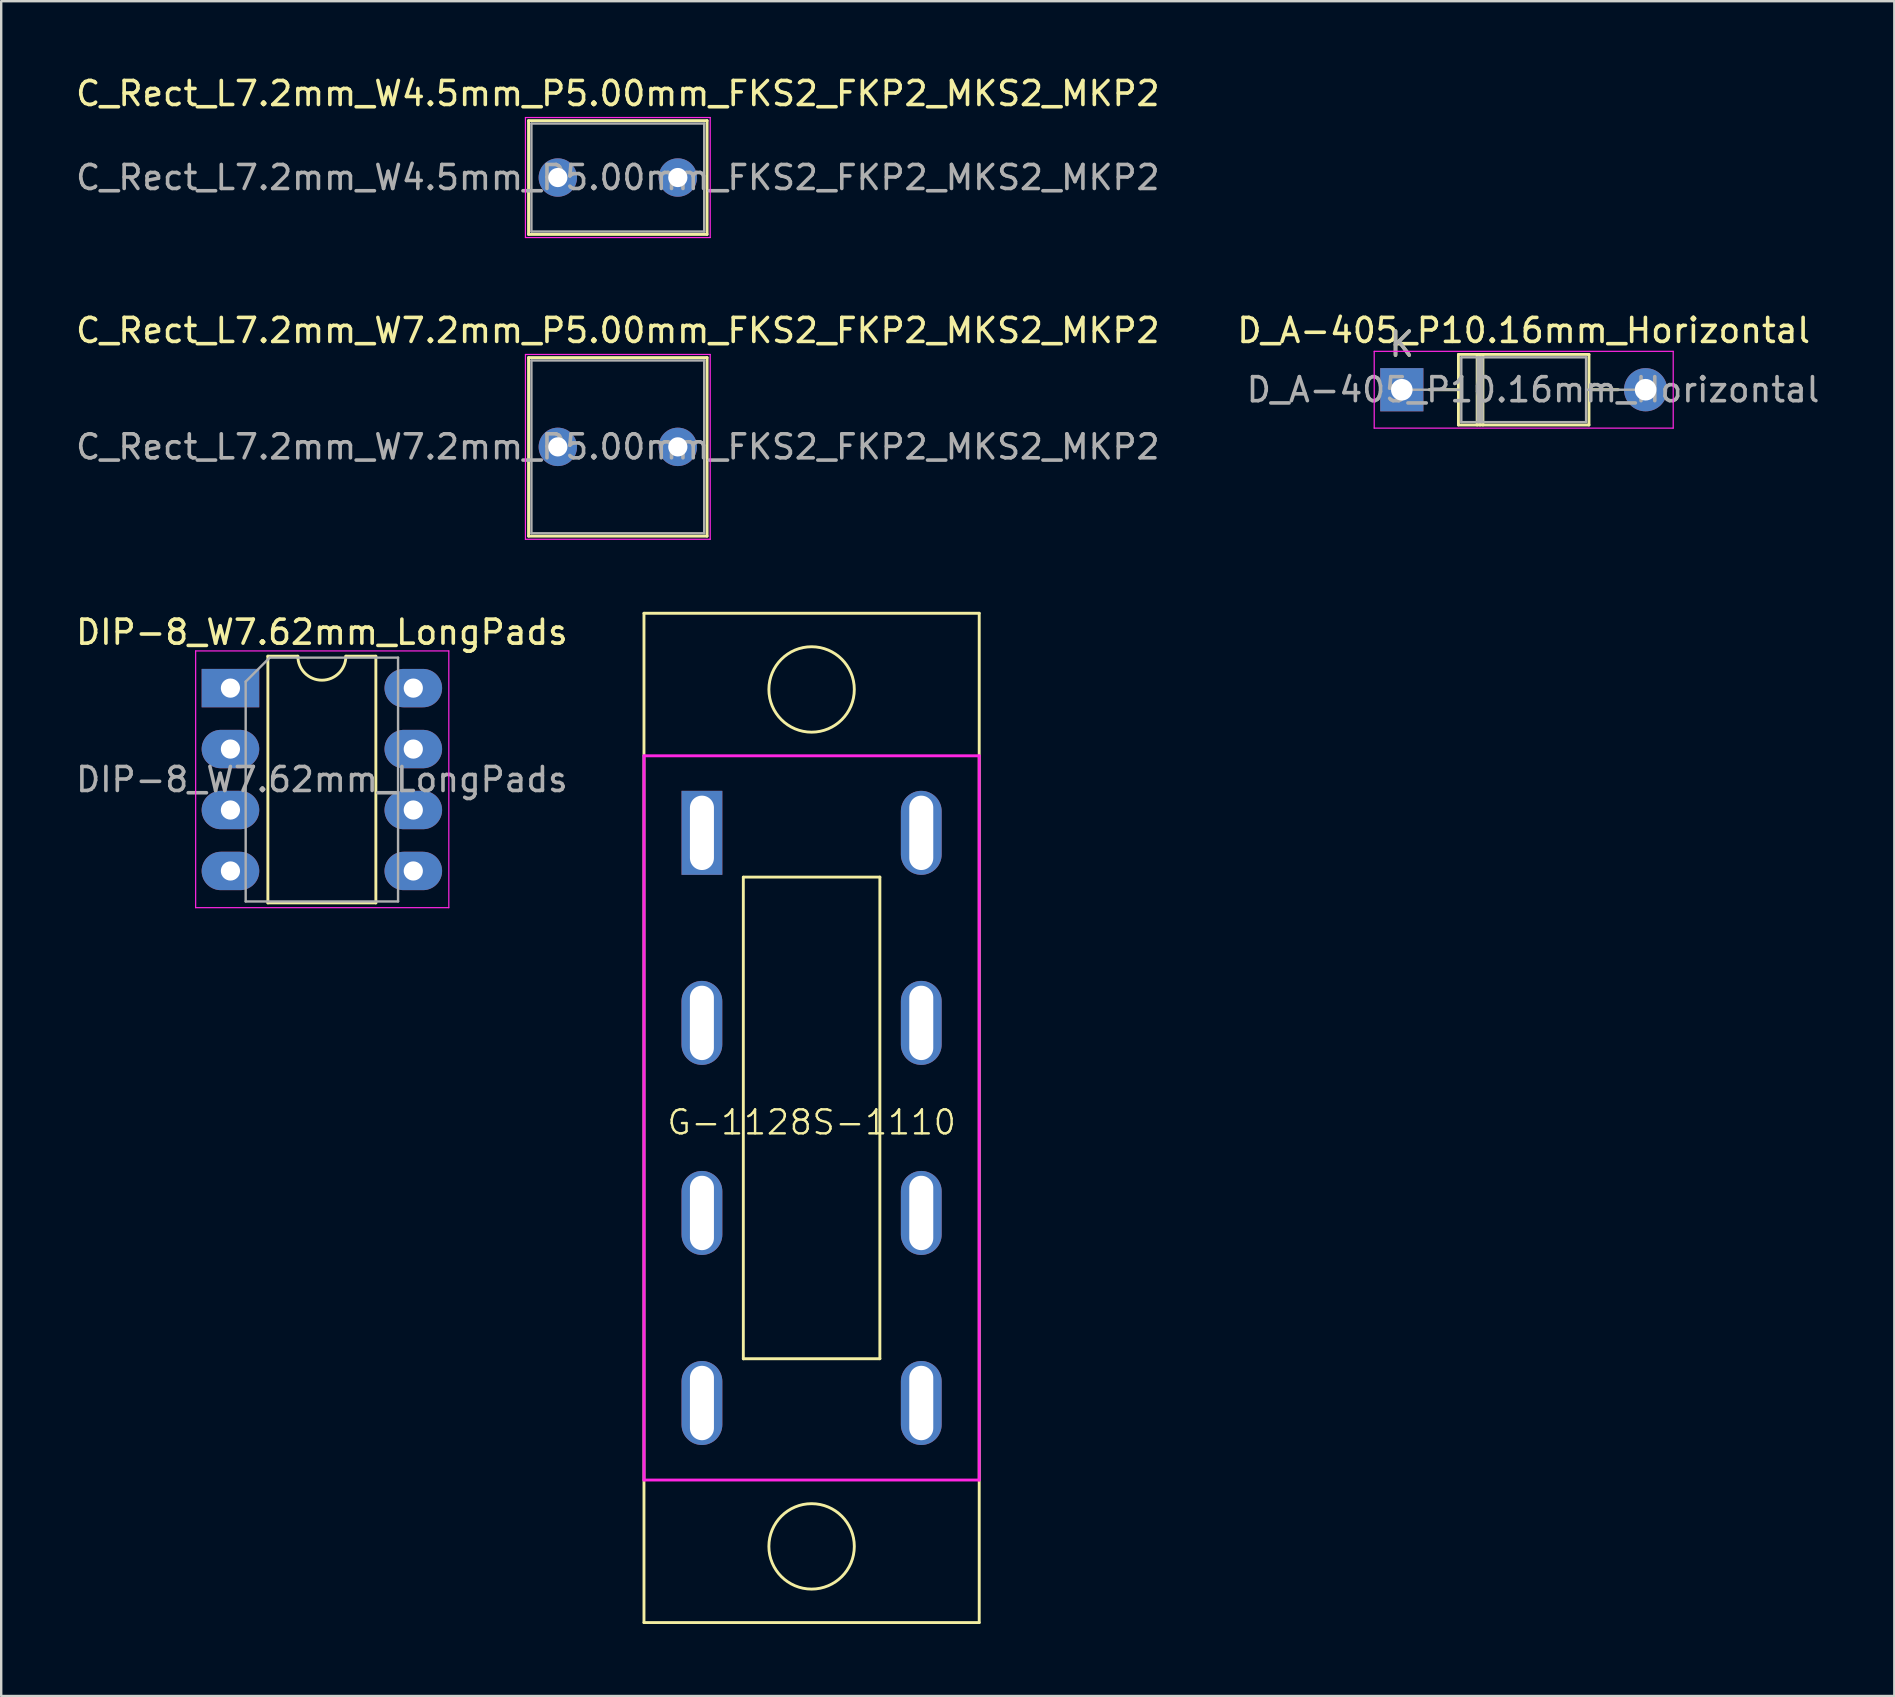
<source format=kicad_pcb>
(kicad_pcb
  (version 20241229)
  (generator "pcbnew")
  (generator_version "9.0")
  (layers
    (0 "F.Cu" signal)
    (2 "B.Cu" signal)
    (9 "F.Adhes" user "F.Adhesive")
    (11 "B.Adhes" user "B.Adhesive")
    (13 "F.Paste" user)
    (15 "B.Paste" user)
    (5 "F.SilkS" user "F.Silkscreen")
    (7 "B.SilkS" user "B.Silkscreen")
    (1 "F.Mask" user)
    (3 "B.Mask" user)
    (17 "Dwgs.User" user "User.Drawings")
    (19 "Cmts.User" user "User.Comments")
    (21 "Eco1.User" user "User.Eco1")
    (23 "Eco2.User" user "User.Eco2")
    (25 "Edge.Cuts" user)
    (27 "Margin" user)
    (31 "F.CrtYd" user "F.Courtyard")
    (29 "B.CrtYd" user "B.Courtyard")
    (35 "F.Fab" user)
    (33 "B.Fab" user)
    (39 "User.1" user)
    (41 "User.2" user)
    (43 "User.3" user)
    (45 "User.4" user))
  (footprint "C_Rect_L7.2mm_W4.5mm_P5.00mm_FKS2_FKP2_MKS2_MKP2"
    (layer "F.Cu")
    (at 20.196 4.348)
    (property "Reference" "C_Rect_L7.2mm_W4.5mm_P5.00mm_FKS2_FKP2_MKS2_MKP2" (at 2.5 -3.5 180) (layer "F.SilkS") (effects (font (size 1 1) (thickness 0.15))))
    (attr through_hole)
    (fp_line (start -1.22 -2.37) (end -1.22 2.37) (stroke (width 0.12) (type solid)) (layer "F.SilkS"))
    (fp_line (start -1.22 -2.37) (end 6.22 -2.37) (stroke (width 0.12) (type solid)) (layer "F.SilkS"))
    (fp_line (start -1.22 2.37) (end 6.22 2.37) (stroke (width 0.12) (type solid)) (layer "F.SilkS"))
    (fp_line (start 6.22 -2.37) (end 6.22 2.37) (stroke (width 0.12) (type solid)) (layer "F.SilkS"))
    (fp_line (start -1.35 -2.5) (end -1.35 2.5) (stroke (width 0.05) (type solid)) (layer "F.CrtYd"))
    (fp_line (start -1.35 2.5) (end 6.35 2.5) (stroke (width 0.05) (type solid)) (layer "F.CrtYd"))
    (fp_line (start 6.35 -2.5) (end -1.35 -2.5) (stroke (width 0.05) (type solid)) (layer "F.CrtYd"))
    (fp_line (start 6.35 2.5) (end 6.35 -2.5) (stroke (width 0.05) (type solid)) (layer "F.CrtYd"))
    (fp_line (start -1.1 -2.25) (end -1.1 2.25) (stroke (width 0.1) (type solid)) (layer "F.Fab"))
    (fp_line (start -1.1 2.25) (end 6.1 2.25) (stroke (width 0.1) (type solid)) (layer "F.Fab"))
    (fp_line (start 6.1 -2.25) (end -1.1 -2.25) (stroke (width 0.1) (type solid)) (layer "F.Fab"))
    (fp_line (start 6.1 2.25) (end 6.1 -2.25) (stroke (width 0.1) (type solid)) (layer "F.Fab"))
    (fp_text user "${REFERENCE}" (at 2.5 0 180) (layer "F.Fab") (effects (font (size 1 1) (thickness 0.15))))
    (pad "1" thru_hole circle (at 0 0) (size 1.6 1.6) (drill 0.8) (layers "*.Cu" "*.Mask"))
    (pad "2" thru_hole circle (at 5 0) (size 1.6 1.6) (drill 0.8) (layers "*.Cu" "*.Mask")))
  (footprint "DIP-8_W7.62mm_LongPads"
    (layer "F.Cu")
    (at 6.553 25.625)
    (property "Reference" "DIP-8_W7.62mm_LongPads" (at 3.81 -2.33 0) (layer "F.SilkS") (effects (font (size 1 1) (thickness 0.15))))
    (attr through_hole)
    (fp_line (start 1.56 -1.33) (end 1.56 8.95) (stroke (width 0.12) (type solid)) (layer "F.SilkS"))
    (fp_line (start 1.56 8.95) (end 6.06 8.95) (stroke (width 0.12) (type solid)) (layer "F.SilkS"))
    (fp_line (start 2.81 -1.33) (end 1.56 -1.33) (stroke (width 0.12) (type solid)) (layer "F.SilkS"))
    (fp_line (start 6.06 -1.33) (end 4.81 -1.33) (stroke (width 0.12) (type solid)) (layer "F.SilkS"))
    (fp_line (start 6.06 8.95) (end 6.06 -1.33) (stroke (width 0.12) (type solid)) (layer "F.SilkS"))
    (fp_arc (start 4.81 -1.33) (mid 3.81 -0.33) (end 2.81 -1.33) (stroke (width 0.12) (type solid)) (layer "F.SilkS"))
    (fp_line (start -1.45 -1.55) (end -1.45 9.15) (stroke (width 0.05) (type solid)) (layer "F.CrtYd"))
    (fp_line (start -1.45 9.15) (end 9.1 9.15) (stroke (width 0.05) (type solid)) (layer "F.CrtYd"))
    (fp_line (start 9.1 -1.55) (end -1.45 -1.55) (stroke (width 0.05) (type solid)) (layer "F.CrtYd"))
    (fp_line (start 9.1 9.15) (end 9.1 -1.55) (stroke (width 0.05) (type solid)) (layer "F.CrtYd"))
    (fp_line (start 0.635 -0.27) (end 1.635 -1.27) (stroke (width 0.1) (type solid)) (layer "F.Fab"))
    (fp_line (start 0.635 8.89) (end 0.635 -0.27) (stroke (width 0.1) (type solid)) (layer "F.Fab"))
    (fp_line (start 1.635 -1.27) (end 6.985 -1.27) (stroke (width 0.1) (type solid)) (layer "F.Fab"))
    (fp_line (start 6.985 -1.27) (end 6.985 8.89) (stroke (width 0.1) (type solid)) (layer "F.Fab"))
    (fp_line (start 6.985 8.89) (end 0.635 8.89) (stroke (width 0.1) (type solid)) (layer "F.Fab"))
    (fp_text user "${REFERENCE}" (at 3.81 3.81 0) (layer "F.Fab") (effects (font (size 1 1) (thickness 0.15))))
    (pad "1" thru_hole rect (at 0 0) (size 2.4 1.6) (drill 0.8) (layers "*.Cu" "*.Mask"))
    (pad "2" thru_hole oval (at 0 2.54) (size 2.4 1.6) (drill 0.8) (layers "*.Cu" "*.Mask"))
    (pad "3" thru_hole oval (at 0 5.08) (size 2.4 1.6) (drill 0.8) (layers "*.Cu" "*.Mask"))
    (pad "4" thru_hole oval (at 0 7.62) (size 2.4 1.6) (drill 0.8) (layers "*.Cu" "*.Mask"))
    (pad "5" thru_hole oval (at 7.62 7.62) (size 2.4 1.6) (drill 0.8) (layers "*.Cu" "*.Mask"))
    (pad "6" thru_hole oval (at 7.62 5.08) (size 2.4 1.6) (drill 0.8) (layers "*.Cu" "*.Mask"))
    (pad "7" thru_hole oval (at 7.62 2.54) (size 2.4 1.6) (drill 0.8) (layers "*.Cu" "*.Mask"))
    (pad "8" thru_hole oval (at 7.62 0) (size 2.4 1.6) (drill 0.8) (layers "*.Cu" "*.Mask")))
  (footprint "D_A-405_P10.16mm_Horizontal"
    (layer "F.Cu")
    (at 55.366 13.191)
    (property "Reference" "D_A-405_P10.16mm_Horizontal" (at 5.08 -2.47 180) (layer "F.SilkS") (effects (font (size 1 1) (thickness 0.15))))
    (attr through_hole)
    (fp_line (start 1.14 0) (end 2.36 0) (stroke (width 0.12) (type solid)) (layer "F.SilkS"))
    (fp_line (start 2.36 -1.47) (end 2.36 1.47) (stroke (width 0.12) (type solid)) (layer "F.SilkS"))
    (fp_line (start 2.36 1.47) (end 7.8 1.47) (stroke (width 0.12) (type solid)) (layer "F.SilkS"))
    (fp_line (start 3.14 -1.47) (end 3.14 1.47) (stroke (width 0.12) (type solid)) (layer "F.SilkS"))
    (fp_line (start 3.26 -1.47) (end 3.26 1.47) (stroke (width 0.12) (type solid)) (layer "F.SilkS"))
    (fp_line (start 3.38 -1.47) (end 3.38 1.47) (stroke (width 0.12) (type solid)) (layer "F.SilkS"))
    (fp_line (start 7.8 -1.47) (end 2.36 -1.47) (stroke (width 0.12) (type solid)) (layer "F.SilkS"))
    (fp_line (start 7.8 1.47) (end 7.8 -1.47) (stroke (width 0.12) (type solid)) (layer "F.SilkS"))
    (fp_line (start 9.02 0) (end 7.8 0) (stroke (width 0.12) (type solid)) (layer "F.SilkS"))
    (fp_line (start -1.15 -1.6) (end -1.15 1.6) (stroke (width 0.05) (type solid)) (layer "F.CrtYd"))
    (fp_line (start -1.15 1.6) (end 11.31 1.6) (stroke (width 0.05) (type solid)) (layer "F.CrtYd"))
    (fp_line (start 11.31 -1.6) (end -1.15 -1.6) (stroke (width 0.05) (type solid)) (layer "F.CrtYd"))
    (fp_line (start 11.31 1.6) (end 11.31 -1.6) (stroke (width 0.05) (type solid)) (layer "F.CrtYd"))
    (fp_line (start 0 0) (end 2.48 0) (stroke (width 0.1) (type solid)) (layer "F.Fab"))
    (fp_line (start 2.48 -1.35) (end 2.48 1.35) (stroke (width 0.1) (type solid)) (layer "F.Fab"))
    (fp_line (start 2.48 1.35) (end 7.68 1.35) (stroke (width 0.1) (type solid)) (layer "F.Fab"))
    (fp_line (start 3.16 -1.35) (end 3.16 1.35) (stroke (width 0.1) (type solid)) (layer "F.Fab"))
    (fp_line (start 3.26 -1.35) (end 3.26 1.35) (stroke (width 0.1) (type solid)) (layer "F.Fab"))
    (fp_line (start 3.36 -1.35) (end 3.36 1.35) (stroke (width 0.1) (type solid)) (layer "F.Fab"))
    (fp_line (start 7.68 -1.35) (end 2.48 -1.35) (stroke (width 0.1) (type solid)) (layer "F.Fab"))
    (fp_line (start 7.68 1.35) (end 7.68 -1.35) (stroke (width 0.1) (type solid)) (layer "F.Fab"))
    (fp_line (start 10.16 0) (end 7.68 0) (stroke (width 0.1) (type solid)) (layer "F.Fab"))
    (fp_text user "K" (at 0 -1.9 180) (layer "F.SilkS") (effects (font (size 1 1) (thickness 0.15))))
    (fp_text user "${REFERENCE}" (at 5.47 0 180) (layer "F.Fab") (effects (font (size 1 1) (thickness 0.15))))
    (fp_text user "K" (at 0 -1.9 180) (layer "F.Fab") (effects (font (size 1 1) (thickness 0.15))))
    (pad "1" thru_hole rect (at 0 0) (size 1.8 1.8) (drill 0.9) (layers "*.Cu" "*.Mask"))
    (pad "2" thru_hole oval (at 10.16 0) (size 1.8 1.8) (drill 0.9) (layers "*.Cu" "*.Mask")))
  (footprint "C_Rect_L7.2mm_W7.2mm_P5.00mm_FKS2_FKP2_MKS2_MKP2"
    (layer "F.Cu")
    (at 20.196 15.572)
    (property "Reference" "C_Rect_L7.2mm_W7.2mm_P5.00mm_FKS2_FKP2_MKS2_MKP2" (at 2.5 -4.85 0) (layer "F.SilkS") (effects (font (size 1 1) (thickness 0.15))))
    (attr through_hole)
    (fp_line (start -1.22 -3.72) (end -1.22 3.72) (stroke (width 0.12) (type solid)) (layer "F.SilkS"))
    (fp_line (start -1.22 -3.72) (end 6.22 -3.72) (stroke (width 0.12) (type solid)) (layer "F.SilkS"))
    (fp_line (start -1.22 3.72) (end 6.22 3.72) (stroke (width 0.12) (type solid)) (layer "F.SilkS"))
    (fp_line (start 6.22 -3.72) (end 6.22 3.72) (stroke (width 0.12) (type solid)) (layer "F.SilkS"))
    (fp_line (start -1.35 -3.85) (end -1.35 3.85) (stroke (width 0.05) (type solid)) (layer "F.CrtYd"))
    (fp_line (start -1.35 3.85) (end 6.35 3.85) (stroke (width 0.05) (type solid)) (layer "F.CrtYd"))
    (fp_line (start 6.35 -3.85) (end -1.35 -3.85) (stroke (width 0.05) (type solid)) (layer "F.CrtYd"))
    (fp_line (start 6.35 3.85) (end 6.35 -3.85) (stroke (width 0.05) (type solid)) (layer "F.CrtYd"))
    (fp_line (start -1.1 -3.6) (end -1.1 3.6) (stroke (width 0.1) (type solid)) (layer "F.Fab"))
    (fp_line (start -1.1 3.6) (end 6.1 3.6) (stroke (width 0.1) (type solid)) (layer "F.Fab"))
    (fp_line (start 6.1 -3.6) (end -1.1 -3.6) (stroke (width 0.1) (type solid)) (layer "F.Fab"))
    (fp_line (start 6.1 3.6) (end 6.1 -3.6) (stroke (width 0.1) (type solid)) (layer "F.Fab"))
    (fp_text user "${REFERENCE}" (at 2.5 0 0) (layer "F.Fab") (effects (font (size 1 1) (thickness 0.15))))
    (pad "1" thru_hole circle (at 0 0) (size 1.6 1.6) (drill 0.8) (layers "*.Cu" "*.Mask"))
    (pad "2" thru_hole circle (at 5 0) (size 1.6 1.6) (drill 0.8) (layers "*.Cu" "*.Mask")))
  (footprint "G-1128S-1110"
    (layer "F.Cu")
    (at 30.771 43.536)
    (property "Reference" "G-1128S-1110" (at 0.002 0.185 180) (layer "F.SilkS") (effects (font (size 1 1) (thickness 0.1))))
    (attr through_hole)
    (fp_line (start -6.985 -21.03) (end 6.985 -21.03) (stroke (width 0.12) (type solid)) (layer "F.SilkS"))
    (fp_line (start -6.985 21.03) (end -6.985 -21.03) (stroke (width 0.12) (type solid)) (layer "F.SilkS"))
    (fp_line (start -6.985 21.03) (end 6.985 21.03) (stroke (width 0.12) (type solid)) (layer "F.SilkS"))
    (fp_line (start -2.845 -10.035) (end 2.845 -10.035) (stroke (width 0.12) (type solid)) (layer "F.SilkS"))
    (fp_line (start -2.845 10.035) (end 2.845 10.035) (stroke (width 0.12) (type solid)) (layer "F.SilkS"))
    (fp_line (start -2.845 10.039) (end -2.845 -10.031) (stroke (width 0.12) (type solid)) (layer "F.SilkS"))
    (fp_line (start 2.845 10.035) (end 2.845 -10.035) (stroke (width 0.12) (type solid)) (layer "F.SilkS"))
    (fp_line (start 6.985 -21.03) (end 6.985 21.03) (stroke (width 0.12) (type solid)) (layer "F.SilkS"))
    (fp_circle (center 0 -17.855) (end 1.78 -17.855) (stroke (width 0.12) (type solid)) (fill no) (layer "F.SilkS"))
    (fp_circle (center 0 17.855) (end 1.78 17.855) (stroke (width 0.12) (type solid)) (fill no) (layer "F.SilkS"))
    (fp_line (start -6.985 -15.09) (end 6.985 -15.09) (stroke (width 0.12) (type solid)) (layer "F.CrtYd"))
    (fp_line (start -6.985 15.09) (end -6.985 -15.09) (stroke (width 0.12) (type solid)) (layer "F.CrtYd"))
    (fp_line (start -6.985 15.09) (end 6.985 15.09) (stroke (width 0.12) (type solid)) (layer "F.CrtYd"))
    (fp_line (start 6.985 -15.09) (end 6.985 15.09) (stroke (width 0.12) (type solid)) (layer "F.CrtYd"))
    (pad "1" thru_hole rect (at -4.57 -11.88) (size 1.7 3.5) (drill oval 1 3.1) (layers "*.Cu" "*.Mask"))
    (pad "2" thru_hole oval (at -4.572 -3.96) (size 1.7 3.5) (drill oval 1 3.1) (layers "*.Cu" "*.Mask"))
    (pad "3" thru_hole oval (at -4.57 3.96) (size 1.7 3.5) (drill oval 1 3.1) (layers "*.Cu" "*.Mask"))
    (pad "4" thru_hole oval (at -4.57 11.88) (size 1.7 3.5) (drill oval 1 3.1) (layers "*.Cu" "*.Mask"))
    (pad "5" thru_hole oval (at 4.57 -11.88) (size 1.7 3.5) (drill oval 1 3.1) (layers "*.Cu" "*.Mask"))
    (pad "6" thru_hole oval (at 4.57 -3.96) (size 1.7 3.5) (drill oval 1 3.1) (layers "*.Cu" "*.Mask"))
    (pad "7" thru_hole oval (at 4.57 3.96) (size 1.7 3.5) (drill oval 1 3.1) (layers "*.Cu" "*.Mask"))
    (pad "8" thru_hole oval (at 4.57 11.88) (size 1.7 3.5) (drill oval 1 3.1) (layers "*.Cu" "*.Mask")))
  (gr_rect
    (start -3 -3)
    (end 75.89 67.626)
    (stroke (width 0.1) (type default))
    (fill no)
    (layer "Edge.Cuts")))
</source>
